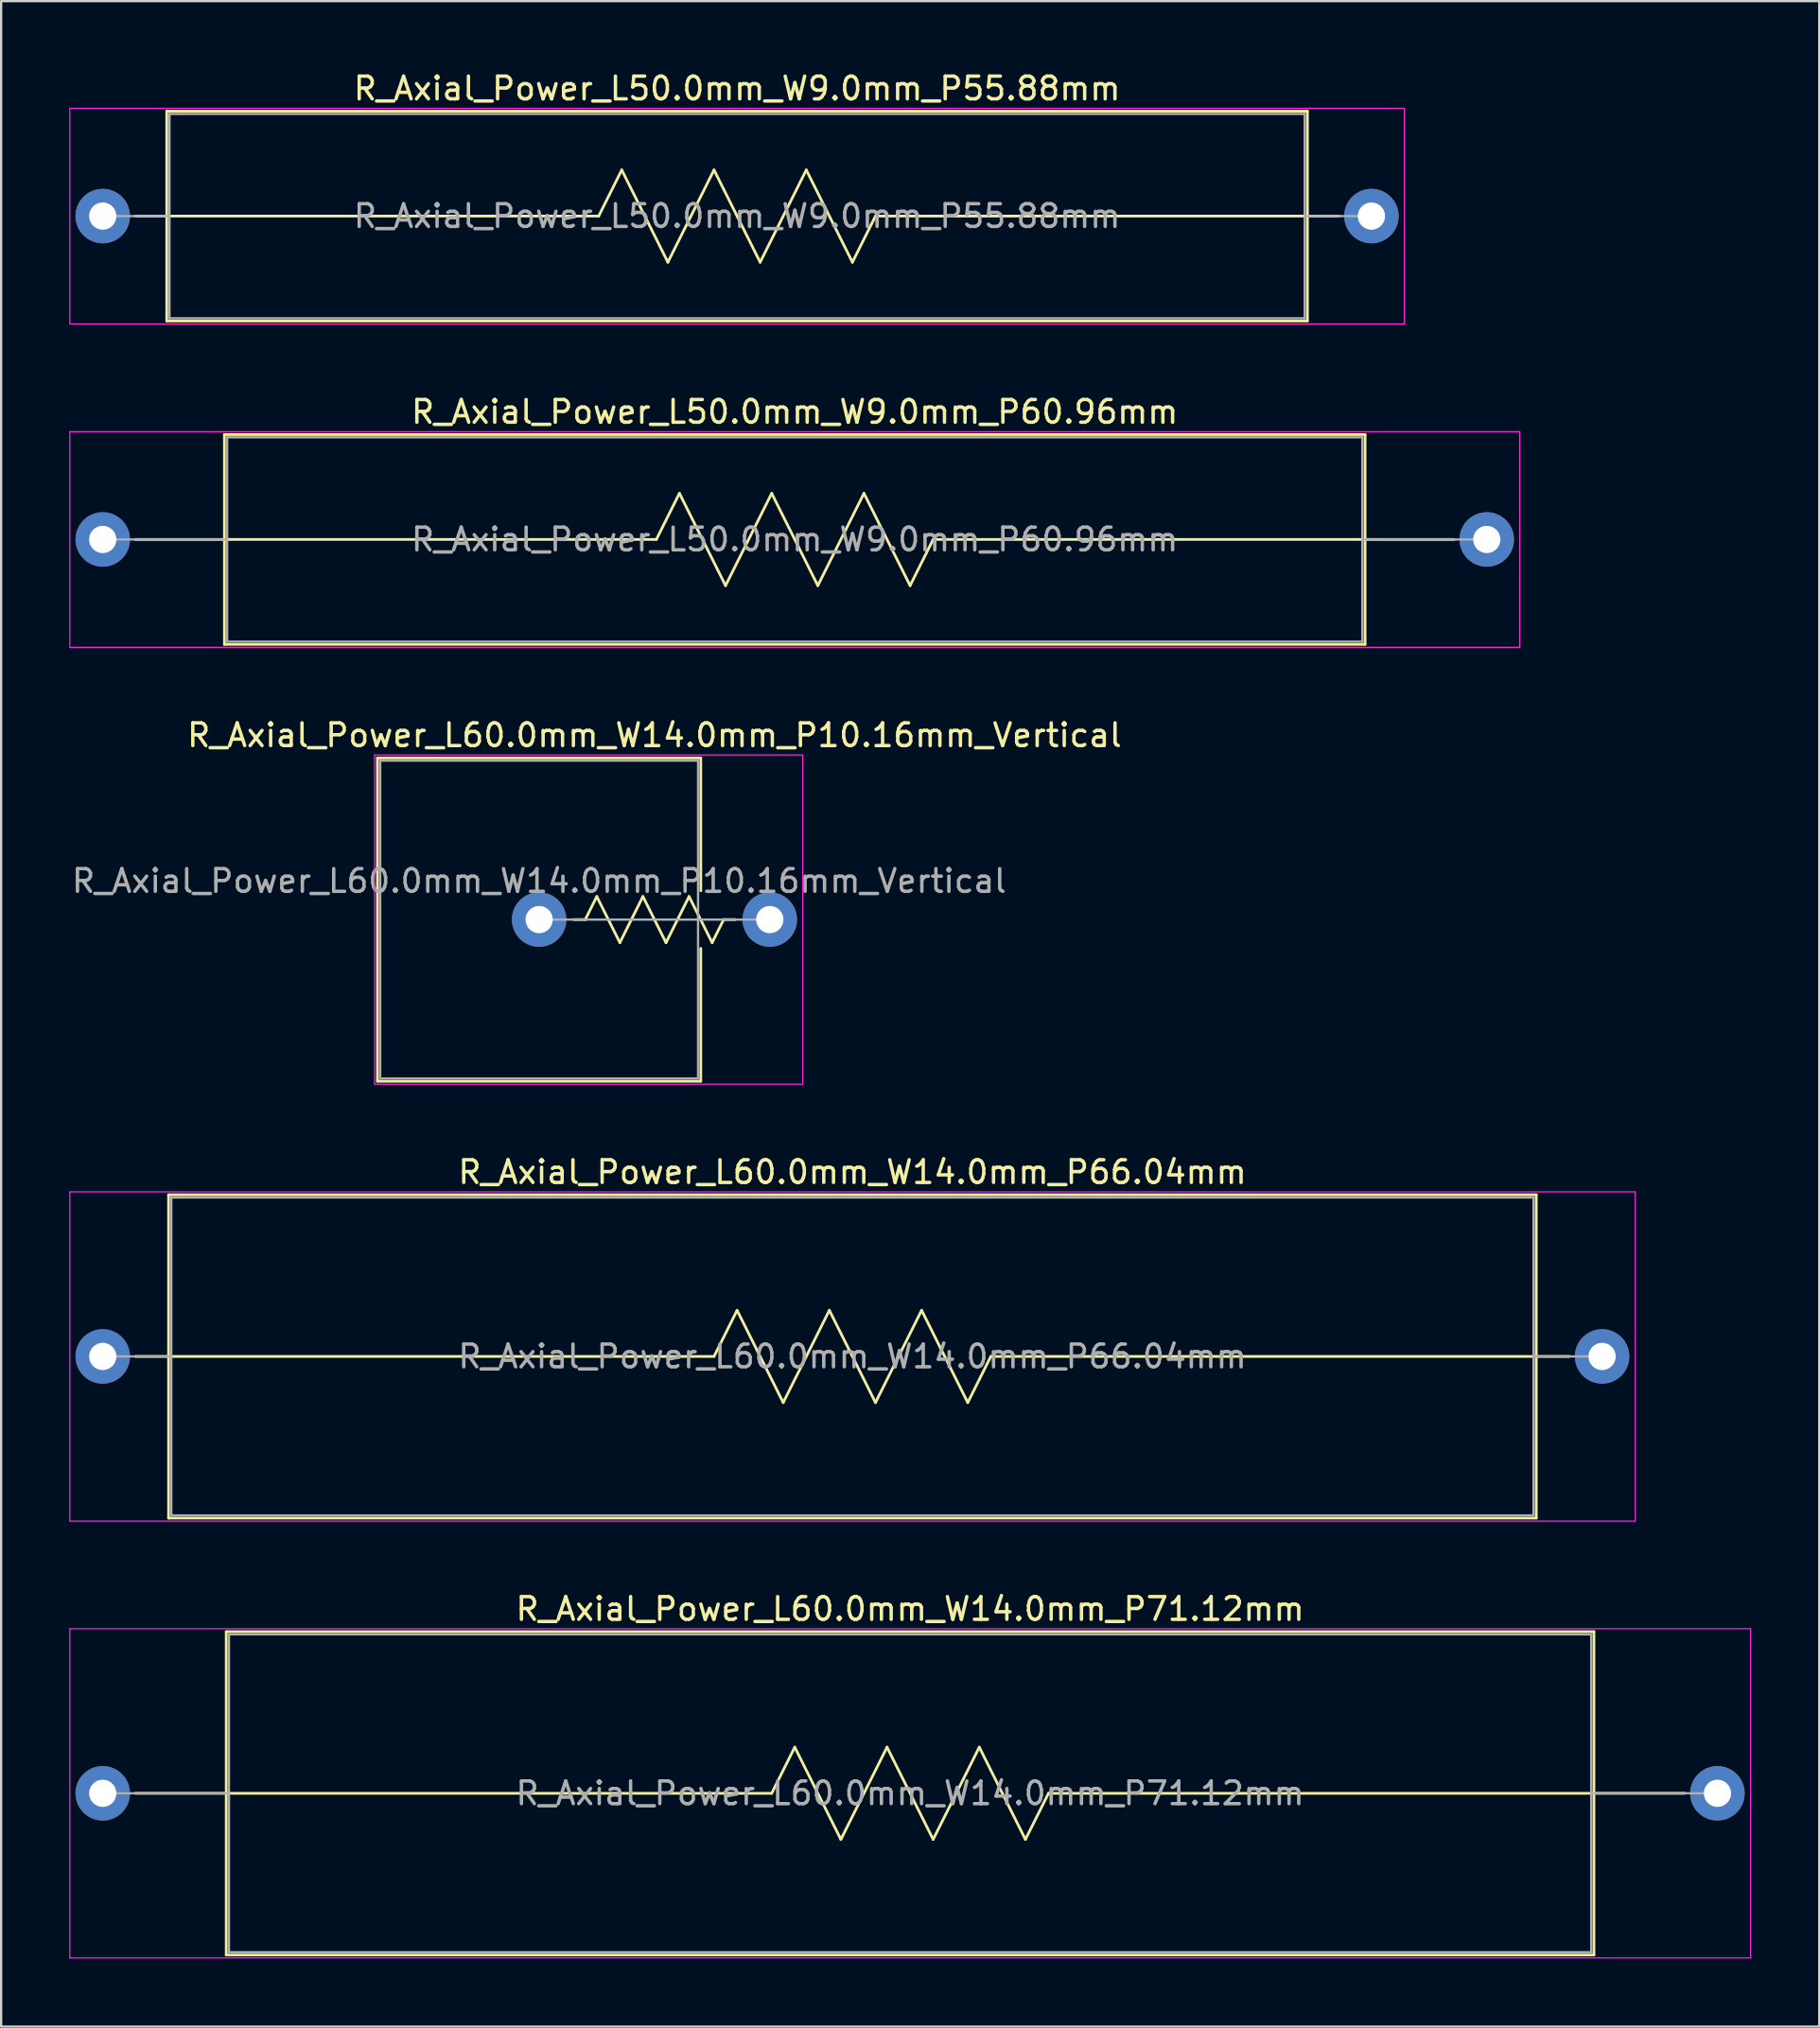
<source format=kicad_pcb>
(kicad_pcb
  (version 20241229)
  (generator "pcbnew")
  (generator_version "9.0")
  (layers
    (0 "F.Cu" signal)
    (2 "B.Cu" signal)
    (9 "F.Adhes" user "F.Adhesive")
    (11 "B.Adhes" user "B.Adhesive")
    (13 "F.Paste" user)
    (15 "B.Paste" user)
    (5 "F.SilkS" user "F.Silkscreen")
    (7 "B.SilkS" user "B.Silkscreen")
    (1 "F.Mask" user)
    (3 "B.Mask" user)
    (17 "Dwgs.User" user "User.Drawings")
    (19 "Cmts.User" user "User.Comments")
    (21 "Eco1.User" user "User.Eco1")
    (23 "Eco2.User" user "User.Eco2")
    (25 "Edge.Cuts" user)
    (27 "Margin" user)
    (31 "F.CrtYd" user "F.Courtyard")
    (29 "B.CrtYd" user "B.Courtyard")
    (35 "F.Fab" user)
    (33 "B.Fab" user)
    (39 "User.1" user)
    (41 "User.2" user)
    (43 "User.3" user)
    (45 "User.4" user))
  (footprint "R_Axial_Power_L60.0mm_W14.0mm_P10.16mm_Vertical"
    (layer "F.Cu")
    (at 20.696 37.455)
    (property "Reference" "R_Axial_Power_L60.0mm_W14.0mm_P10.16mm_Vertical" (at 5.08 -8.12 0) (layer "F.SilkS") (effects (font (size 1 1) (thickness 0.15))))
    (attr through_hole)
    (fp_line (start -7.12 -7.12) (end -7.12 7.12) (stroke (width 0.12) (type solid)) (layer "F.SilkS"))
    (fp_line (start -7.12 7.12) (end 7.12 7.12) (stroke (width 0.12) (type solid)) (layer "F.SilkS"))
    (fp_line (start 2.032 0) (end 1.524 0) (stroke (width 0.12) (type solid)) (layer "F.SilkS"))
    (fp_line (start 2.032 0) (end 2.54 -1.016) (stroke (width 0.12) (type solid)) (layer "F.SilkS"))
    (fp_line (start 2.54 -1.016) (end 3.556 1.016) (stroke (width 0.12) (type solid)) (layer "F.SilkS"))
    (fp_line (start 3.556 1.016) (end 4.572 -1.016) (stroke (width 0.12) (type solid)) (layer "F.SilkS"))
    (fp_line (start 4.572 -1.016) (end 5.588 1.016) (stroke (width 0.12) (type solid)) (layer "F.SilkS"))
    (fp_line (start 5.588 1.016) (end 6.604 -1.016) (stroke (width 0.12) (type solid)) (layer "F.SilkS"))
    (fp_line (start 6.604 -1.016) (end 7.62 1.016) (stroke (width 0.12) (type solid)) (layer "F.SilkS"))
    (fp_line (start 7.12 -7.12) (end -7.12 -7.12) (stroke (width 0.12) (type solid)) (layer "F.SilkS"))
    (fp_line (start 7.12 -1.27) (end 7.12 -7.12) (stroke (width 0.12) (type solid)) (layer "F.SilkS"))
    (fp_line (start 7.12 7.12) (end 7.12 1.27) (stroke (width 0.12) (type solid)) (layer "F.SilkS"))
    (fp_line (start 7.62 1.016) (end 8.128 0) (stroke (width 0.12) (type solid)) (layer "F.SilkS"))
    (fp_line (start 8.128 0) (end 8.636 0) (stroke (width 0.12) (type solid)) (layer "F.SilkS"))
    (fp_line (start -7.25 -7.25) (end -7.25 7.25) (stroke (width 0.05) (type solid)) (layer "F.CrtYd"))
    (fp_line (start -7.25 7.25) (end 11.61 7.25) (stroke (width 0.05) (type solid)) (layer "F.CrtYd"))
    (fp_line (start 11.61 -7.25) (end -7.25 -7.25) (stroke (width 0.05) (type solid)) (layer "F.CrtYd"))
    (fp_line (start 11.61 7.25) (end 11.61 -7.25) (stroke (width 0.05) (type solid)) (layer "F.CrtYd"))
    (fp_line (start -7 -7) (end -7 7) (stroke (width 0.1) (type solid)) (layer "F.Fab"))
    (fp_line (start -7 7) (end 7 7) (stroke (width 0.1) (type solid)) (layer "F.Fab"))
    (fp_line (start 0 0) (end 10.16 0) (stroke (width 0.1) (type solid)) (layer "F.Fab"))
    (fp_line (start 7 -7) (end -7 -7) (stroke (width 0.1) (type solid)) (layer "F.Fab"))
    (fp_line (start 7 7) (end 7 -7) (stroke (width 0.1) (type solid)) (layer "F.Fab"))
    (fp_text user "${REFERENCE}" (at 0 -1.7 0) (layer "F.Fab") (effects (font (size 1 1) (thickness 0.15))))
    (pad "1" thru_hole circle (at 0 0) (size 2.4 2.4) (drill 1.2) (layers "*.Cu" "*.Mask"))
    (pad "2" thru_hole oval (at 10.16 0) (size 2.4 2.4) (drill 1.2) (layers "*.Cu" "*.Mask")))
  (footprint "R_Axial_Power_L50.0mm_W9.0mm_P60.96mm"
    (layer "F.Cu")
    (at 1.475 20.712)
    (property "Reference" "R_Axial_Power_L50.0mm_W9.0mm_P60.96mm" (at 30.48 -5.62 0) (layer "F.SilkS") (effects (font (size 1 1) (thickness 0.15))))
    (attr through_hole)
    (fp_line (start 1.44 0) (end 5.36 0) (stroke (width 0.12) (type solid)) (layer "F.SilkS"))
    (fp_line (start 5.36 -4.62) (end 5.36 4.62) (stroke (width 0.12) (type solid)) (layer "F.SilkS"))
    (fp_line (start 5.36 0) (end 24.384 0) (stroke (width 0.12) (type solid)) (layer "F.SilkS"))
    (fp_line (start 5.36 4.62) (end 55.6 4.62) (stroke (width 0.12) (type solid)) (layer "F.SilkS"))
    (fp_line (start 24.384 0) (end 25.4 -2.032) (stroke (width 0.12) (type solid)) (layer "F.SilkS"))
    (fp_line (start 25.4 -2.032) (end 27.432 2.032) (stroke (width 0.12) (type solid)) (layer "F.SilkS"))
    (fp_line (start 27.432 2.032) (end 29.464 -2.032) (stroke (width 0.12) (type solid)) (layer "F.SilkS"))
    (fp_line (start 29.464 -2.032) (end 31.496 2.032) (stroke (width 0.12) (type solid)) (layer "F.SilkS"))
    (fp_line (start 31.496 2.032) (end 33.528 -2.032) (stroke (width 0.12) (type solid)) (layer "F.SilkS"))
    (fp_line (start 33.528 -2.032) (end 35.56 2.032) (stroke (width 0.12) (type solid)) (layer "F.SilkS"))
    (fp_line (start 35.56 2.032) (end 36.576 0) (stroke (width 0.12) (type solid)) (layer "F.SilkS"))
    (fp_line (start 55.6 -4.62) (end 5.36 -4.62) (stroke (width 0.12) (type solid)) (layer "F.SilkS"))
    (fp_line (start 55.6 0) (end 36.576 0) (stroke (width 0.12) (type solid)) (layer "F.SilkS"))
    (fp_line (start 55.6 4.62) (end 55.6 -4.62) (stroke (width 0.12) (type solid)) (layer "F.SilkS"))
    (fp_line (start 59.52 0) (end 55.6 0) (stroke (width 0.12) (type solid)) (layer "F.SilkS"))
    (fp_line (start -1.45 -4.75) (end -1.45 4.75) (stroke (width 0.05) (type solid)) (layer "F.CrtYd"))
    (fp_line (start -1.45 4.75) (end 62.41 4.75) (stroke (width 0.05) (type solid)) (layer "F.CrtYd"))
    (fp_line (start 62.41 -4.75) (end -1.45 -4.75) (stroke (width 0.05) (type solid)) (layer "F.CrtYd"))
    (fp_line (start 62.41 4.75) (end 62.41 -4.75) (stroke (width 0.05) (type solid)) (layer "F.CrtYd"))
    (fp_line (start 0 0) (end 5.48 0) (stroke (width 0.1) (type solid)) (layer "F.Fab"))
    (fp_line (start 5.48 -4.5) (end 5.48 4.5) (stroke (width 0.1) (type solid)) (layer "F.Fab"))
    (fp_line (start 5.48 4.5) (end 55.48 4.5) (stroke (width 0.1) (type solid)) (layer "F.Fab"))
    (fp_line (start 55.48 -4.5) (end 5.48 -4.5) (stroke (width 0.1) (type solid)) (layer "F.Fab"))
    (fp_line (start 55.48 4.5) (end 55.48 -4.5) (stroke (width 0.1) (type solid)) (layer "F.Fab"))
    (fp_line (start 60.96 0) (end 55.48 0) (stroke (width 0.1) (type solid)) (layer "F.Fab"))
    (fp_text user "${REFERENCE}" (at 30.48 0 0) (layer "F.Fab") (effects (font (size 1 1) (thickness 0.15))))
    (pad "1" thru_hole circle (at 0 0) (size 2.4 2.4) (drill 1.2) (layers "*.Cu" "*.Mask"))
    (pad "2" thru_hole oval (at 60.96 0) (size 2.4 2.4) (drill 1.2) (layers "*.Cu" "*.Mask")))
  (footprint "R_Axial_Power_L60.0mm_W14.0mm_P66.04mm"
    (layer "F.Cu")
    (at 1.475 56.698)
    (property "Reference" "R_Axial_Power_L60.0mm_W14.0mm_P66.04mm" (at 33.02 -8.12 0) (layer "F.SilkS") (effects (font (size 1 1) (thickness 0.15))))
    (attr through_hole)
    (fp_line (start 1.44 0) (end 2.9 0) (stroke (width 0.12) (type solid)) (layer "F.SilkS"))
    (fp_line (start 2.9 -7.12) (end 2.9 7.12) (stroke (width 0.12) (type solid)) (layer "F.SilkS"))
    (fp_line (start 2.9 0) (end 26.924 0) (stroke (width 0.12) (type solid)) (layer "F.SilkS"))
    (fp_line (start 2.9 7.12) (end 63.14 7.12) (stroke (width 0.12) (type solid)) (layer "F.SilkS"))
    (fp_line (start 26.924 0) (end 27.94 -2.032) (stroke (width 0.12) (type solid)) (layer "F.SilkS"))
    (fp_line (start 27.94 -2.032) (end 29.972 2.032) (stroke (width 0.12) (type solid)) (layer "F.SilkS"))
    (fp_line (start 29.972 2.032) (end 32.004 -2.032) (stroke (width 0.12) (type solid)) (layer "F.SilkS"))
    (fp_line (start 32.004 -2.032) (end 34.036 2.032) (stroke (width 0.12) (type solid)) (layer "F.SilkS"))
    (fp_line (start 34.036 2.032) (end 36.068 -2.032) (stroke (width 0.12) (type solid)) (layer "F.SilkS"))
    (fp_line (start 36.068 -2.032) (end 38.1 2.032) (stroke (width 0.12) (type solid)) (layer "F.SilkS"))
    (fp_line (start 38.1 2.032) (end 39.116 0) (stroke (width 0.12) (type solid)) (layer "F.SilkS"))
    (fp_line (start 63.14 -7.12) (end 2.9 -7.12) (stroke (width 0.12) (type solid)) (layer "F.SilkS"))
    (fp_line (start 63.14 0) (end 39.116 0) (stroke (width 0.12) (type solid)) (layer "F.SilkS"))
    (fp_line (start 63.14 7.12) (end 63.14 -7.12) (stroke (width 0.12) (type solid)) (layer "F.SilkS"))
    (fp_line (start 64.6 0) (end 63.14 0) (stroke (width 0.12) (type solid)) (layer "F.SilkS"))
    (fp_line (start -1.45 -7.25) (end -1.45 7.25) (stroke (width 0.05) (type solid)) (layer "F.CrtYd"))
    (fp_line (start -1.45 7.25) (end 67.5 7.25) (stroke (width 0.05) (type solid)) (layer "F.CrtYd"))
    (fp_line (start 67.5 -7.25) (end -1.45 -7.25) (stroke (width 0.05) (type solid)) (layer "F.CrtYd"))
    (fp_line (start 67.5 7.25) (end 67.5 -7.25) (stroke (width 0.05) (type solid)) (layer "F.CrtYd"))
    (fp_line (start 0 0) (end 3.02 0) (stroke (width 0.1) (type solid)) (layer "F.Fab"))
    (fp_line (start 3.02 -7) (end 3.02 7) (stroke (width 0.1) (type solid)) (layer "F.Fab"))
    (fp_line (start 3.02 7) (end 63.02 7) (stroke (width 0.1) (type solid)) (layer "F.Fab"))
    (fp_line (start 63.02 -7) (end 3.02 -7) (stroke (width 0.1) (type solid)) (layer "F.Fab"))
    (fp_line (start 63.02 7) (end 63.02 -7) (stroke (width 0.1) (type solid)) (layer "F.Fab"))
    (fp_line (start 66.04 0) (end 63.02 0) (stroke (width 0.1) (type solid)) (layer "F.Fab"))
    (fp_text user "${REFERENCE}" (at 33.02 0 0) (layer "F.Fab") (effects (font (size 1 1) (thickness 0.15))))
    (pad "1" thru_hole circle (at 0 0) (size 2.4 2.4) (drill 1.2) (layers "*.Cu" "*.Mask"))
    (pad "2" thru_hole oval (at 66.04 0) (size 2.4 2.4) (drill 1.2) (layers "*.Cu" "*.Mask")))
  (footprint "R_Axial_Power_L60.0mm_W14.0mm_P71.12mm"
    (layer "F.Cu")
    (at 1.475 75.941)
    (property "Reference" "R_Axial_Power_L60.0mm_W14.0mm_P71.12mm" (at 35.56 -8.12 0) (layer "F.SilkS") (effects (font (size 1 1) (thickness 0.15))))
    (attr through_hole)
    (fp_line (start 1.44 0) (end 5.44 0) (stroke (width 0.12) (type solid)) (layer "F.SilkS"))
    (fp_line (start 5.44 -7.12) (end 5.44 7.12) (stroke (width 0.12) (type solid)) (layer "F.SilkS"))
    (fp_line (start 5.44 0) (end 29.464 0) (stroke (width 0.12) (type solid)) (layer "F.SilkS"))
    (fp_line (start 5.44 7.12) (end 65.68 7.12) (stroke (width 0.12) (type solid)) (layer "F.SilkS"))
    (fp_line (start 29.464 0) (end 30.48 -2.032) (stroke (width 0.12) (type solid)) (layer "F.SilkS"))
    (fp_line (start 30.48 -2.032) (end 32.512 2.032) (stroke (width 0.12) (type solid)) (layer "F.SilkS"))
    (fp_line (start 32.512 2.032) (end 34.544 -2.032) (stroke (width 0.12) (type solid)) (layer "F.SilkS"))
    (fp_line (start 34.544 -2.032) (end 36.576 2.032) (stroke (width 0.12) (type solid)) (layer "F.SilkS"))
    (fp_line (start 36.576 2.032) (end 38.608 -2.032) (stroke (width 0.12) (type solid)) (layer "F.SilkS"))
    (fp_line (start 38.608 -2.032) (end 40.64 2.032) (stroke (width 0.12) (type solid)) (layer "F.SilkS"))
    (fp_line (start 40.64 2.032) (end 41.656 0) (stroke (width 0.12) (type solid)) (layer "F.SilkS"))
    (fp_line (start 65.68 -7.12) (end 5.44 -7.12) (stroke (width 0.12) (type solid)) (layer "F.SilkS"))
    (fp_line (start 65.68 0) (end 41.656 0) (stroke (width 0.12) (type solid)) (layer "F.SilkS"))
    (fp_line (start 65.68 7.12) (end 65.68 -7.12) (stroke (width 0.12) (type solid)) (layer "F.SilkS"))
    (fp_line (start 69.68 0) (end 65.68 0) (stroke (width 0.12) (type solid)) (layer "F.SilkS"))
    (fp_line (start -1.45 -7.25) (end -1.45 7.25) (stroke (width 0.05) (type solid)) (layer "F.CrtYd"))
    (fp_line (start -1.45 7.25) (end 72.58 7.25) (stroke (width 0.05) (type solid)) (layer "F.CrtYd"))
    (fp_line (start 72.58 -7.25) (end -1.45 -7.25) (stroke (width 0.05) (type solid)) (layer "F.CrtYd"))
    (fp_line (start 72.58 7.25) (end 72.58 -7.25) (stroke (width 0.05) (type solid)) (layer "F.CrtYd"))
    (fp_line (start 0 0) (end 5.56 0) (stroke (width 0.1) (type solid)) (layer "F.Fab"))
    (fp_line (start 5.56 -7) (end 5.56 7) (stroke (width 0.1) (type solid)) (layer "F.Fab"))
    (fp_line (start 5.56 7) (end 65.56 7) (stroke (width 0.1) (type solid)) (layer "F.Fab"))
    (fp_line (start 65.56 -7) (end 5.56 -7) (stroke (width 0.1) (type solid)) (layer "F.Fab"))
    (fp_line (start 65.56 7) (end 65.56 -7) (stroke (width 0.1) (type solid)) (layer "F.Fab"))
    (fp_line (start 71.12 0) (end 65.56 0) (stroke (width 0.1) (type solid)) (layer "F.Fab"))
    (fp_text user "${REFERENCE}" (at 35.56 0 0) (layer "F.Fab") (effects (font (size 1 1) (thickness 0.15))))
    (pad "1" thru_hole circle (at 0 0) (size 2.4 2.4) (drill 1.2) (layers "*.Cu" "*.Mask"))
    (pad "2" thru_hole oval (at 71.12 0) (size 2.4 2.4) (drill 1.2) (layers "*.Cu" "*.Mask")))
  (footprint "R_Axial_Power_L50.0mm_W9.0mm_P55.88mm"
    (layer "F.Cu")
    (at 1.475 6.468)
    (property "Reference" "R_Axial_Power_L50.0mm_W9.0mm_P55.88mm" (at 27.94 -5.62 0) (layer "F.SilkS") (effects (font (size 1 1) (thickness 0.15))))
    (attr through_hole)
    (fp_line (start 1.44 0) (end 2.82 0) (stroke (width 0.12) (type solid)) (layer "F.SilkS"))
    (fp_line (start 2.82 -4.62) (end 2.82 4.62) (stroke (width 0.12) (type solid)) (layer "F.SilkS"))
    (fp_line (start 2.82 0) (end 21.844 0) (stroke (width 0.12) (type solid)) (layer "F.SilkS"))
    (fp_line (start 2.82 4.62) (end 53.06 4.62) (stroke (width 0.12) (type solid)) (layer "F.SilkS"))
    (fp_line (start 21.844 0) (end 22.86 -2.032) (stroke (width 0.12) (type solid)) (layer "F.SilkS"))
    (fp_line (start 22.86 -2.032) (end 24.892 2.032) (stroke (width 0.12) (type solid)) (layer "F.SilkS"))
    (fp_line (start 24.892 2.032) (end 26.924 -2.032) (stroke (width 0.12) (type solid)) (layer "F.SilkS"))
    (fp_line (start 26.924 -2.032) (end 28.956 2.032) (stroke (width 0.12) (type solid)) (layer "F.SilkS"))
    (fp_line (start 28.956 2.032) (end 30.988 -2.032) (stroke (width 0.12) (type solid)) (layer "F.SilkS"))
    (fp_line (start 30.988 -2.032) (end 33.02 2.032) (stroke (width 0.12) (type solid)) (layer "F.SilkS"))
    (fp_line (start 33.02 2.032) (end 34.036 0) (stroke (width 0.12) (type solid)) (layer "F.SilkS"))
    (fp_line (start 53.06 -4.62) (end 2.82 -4.62) (stroke (width 0.12) (type solid)) (layer "F.SilkS"))
    (fp_line (start 53.06 0) (end 34.036 0) (stroke (width 0.12) (type solid)) (layer "F.SilkS"))
    (fp_line (start 53.06 4.62) (end 53.06 -4.62) (stroke (width 0.12) (type solid)) (layer "F.SilkS"))
    (fp_line (start 54.44 0) (end 53.06 0) (stroke (width 0.12) (type solid)) (layer "F.SilkS"))
    (fp_line (start -1.45 -4.75) (end -1.45 4.75) (stroke (width 0.05) (type solid)) (layer "F.CrtYd"))
    (fp_line (start -1.45 4.75) (end 57.33 4.75) (stroke (width 0.05) (type solid)) (layer "F.CrtYd"))
    (fp_line (start 57.33 -4.75) (end -1.45 -4.75) (stroke (width 0.05) (type solid)) (layer "F.CrtYd"))
    (fp_line (start 57.33 4.75) (end 57.33 -4.75) (stroke (width 0.05) (type solid)) (layer "F.CrtYd"))
    (fp_line (start 0 0) (end 2.94 0) (stroke (width 0.1) (type solid)) (layer "F.Fab"))
    (fp_line (start 2.94 -4.5) (end 2.94 4.5) (stroke (width 0.1) (type solid)) (layer "F.Fab"))
    (fp_line (start 2.94 4.5) (end 52.94 4.5) (stroke (width 0.1) (type solid)) (layer "F.Fab"))
    (fp_line (start 52.94 -4.5) (end 2.94 -4.5) (stroke (width 0.1) (type solid)) (layer "F.Fab"))
    (fp_line (start 52.94 4.5) (end 52.94 -4.5) (stroke (width 0.1) (type solid)) (layer "F.Fab"))
    (fp_line (start 55.88 0) (end 52.94 0) (stroke (width 0.1) (type solid)) (layer "F.Fab"))
    (fp_text user "${REFERENCE}" (at 27.94 0 0) (layer "F.Fab") (effects (font (size 1 1) (thickness 0.15))))
    (pad "1" thru_hole circle (at 0 0) (size 2.4 2.4) (drill 1.2) (layers "*.Cu" "*.Mask"))
    (pad "2" thru_hole oval (at 55.88 0) (size 2.4 2.4) (drill 1.2) (layers "*.Cu" "*.Mask")))
  (gr_rect
    (start -3 -3)
    (end 77.08 86.216)
    (stroke (width 0.1) (type default))
    (fill no)
    (layer "Edge.Cuts")))
</source>
